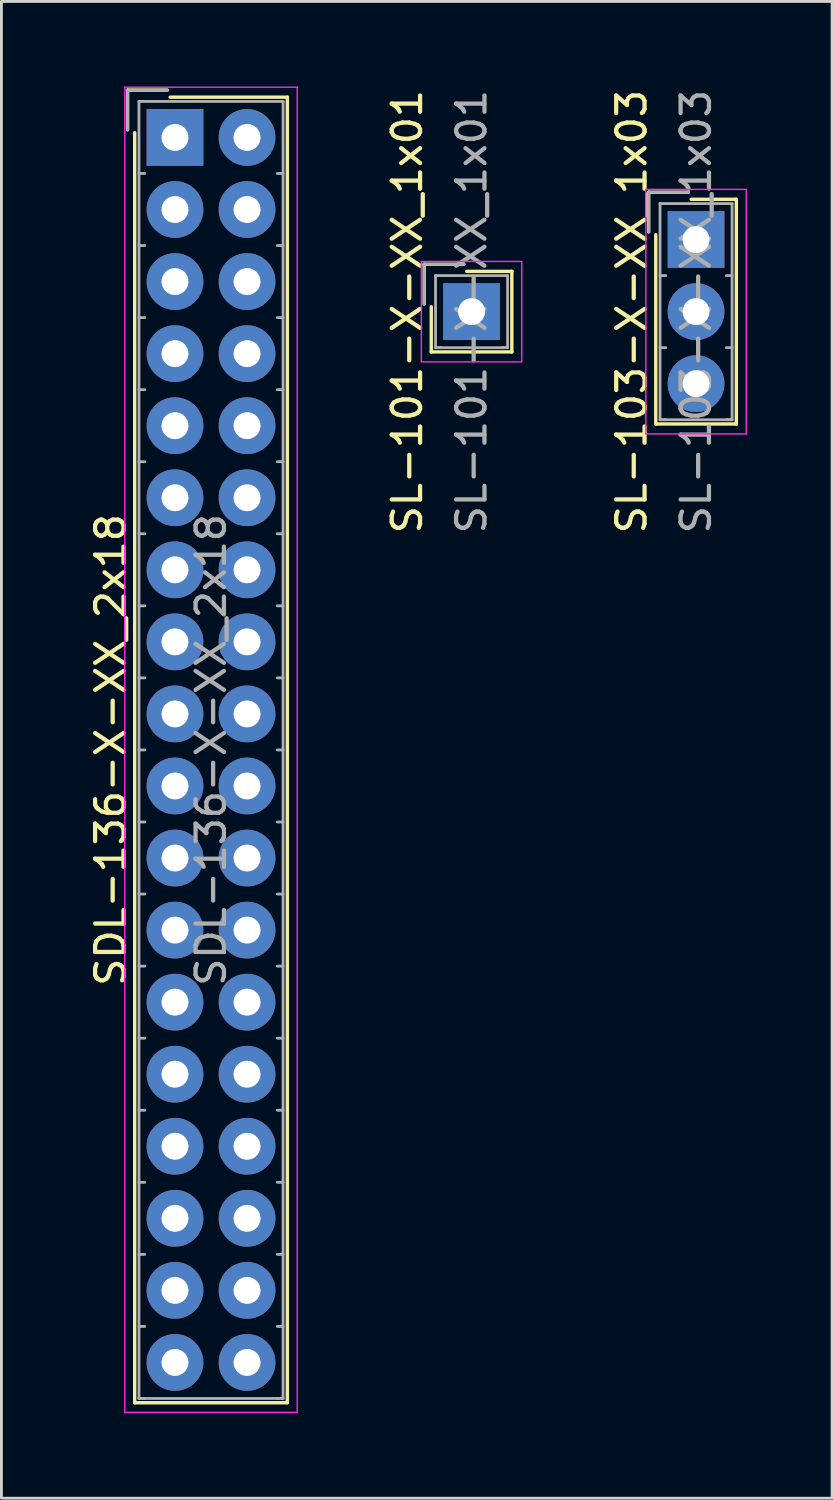
<source format=kicad_pcb>
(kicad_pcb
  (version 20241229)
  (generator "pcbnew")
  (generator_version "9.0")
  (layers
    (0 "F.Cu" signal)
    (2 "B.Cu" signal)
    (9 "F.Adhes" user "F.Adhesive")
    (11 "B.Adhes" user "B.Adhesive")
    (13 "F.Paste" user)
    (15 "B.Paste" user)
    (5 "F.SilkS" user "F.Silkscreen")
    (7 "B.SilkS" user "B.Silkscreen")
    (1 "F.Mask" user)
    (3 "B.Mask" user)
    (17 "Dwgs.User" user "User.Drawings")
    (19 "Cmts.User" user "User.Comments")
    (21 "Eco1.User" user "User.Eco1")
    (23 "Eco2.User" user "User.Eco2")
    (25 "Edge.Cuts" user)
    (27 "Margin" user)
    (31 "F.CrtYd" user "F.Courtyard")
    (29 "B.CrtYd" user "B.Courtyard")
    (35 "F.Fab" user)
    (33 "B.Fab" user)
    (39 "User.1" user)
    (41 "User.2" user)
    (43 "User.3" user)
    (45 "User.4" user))
  (footprint "SDL-136-X-XX_2x18"
    (layer "F.Cu")
    (at 3.118 1.795)
    (property "Reference" "SDL-136-X-XX_2x18" (at -2.27 21.59 90) (layer "F.SilkS") (effects (font (size 1 1) (thickness 0.15))))
    (attr through_hole)
    (fp_line (start -1.67 -1.67) (end -1.67 -0.27) (stroke (width 0.12) (type solid)) (layer "F.SilkS"))
    (fp_line (start -1.42 44.6) (end -1.42 -0.17) (stroke (width 0.12) (type solid)) (layer "F.SilkS"))
    (fp_line (start -0.27 -1.67) (end -1.67 -1.67) (stroke (width 0.12) (type solid)) (layer "F.SilkS"))
    (fp_line (start -0.17 -1.42) (end 3.96 -1.42) (stroke (width 0.12) (type solid)) (layer "F.SilkS"))
    (fp_line (start 3.96 -1.42) (end 3.96 44.6) (stroke (width 0.12) (type solid)) (layer "F.SilkS"))
    (fp_line (start 3.96 44.6) (end -1.42 44.6) (stroke (width 0.12) (type solid)) (layer "F.SilkS"))
    (fp_line (start -1.77 -1.77) (end -1.77 44.94) (stroke (width 0.05) (type solid)) (layer "F.CrtYd"))
    (fp_line (start -1.77 44.94) (end 4.31 44.94) (stroke (width 0.05) (type solid)) (layer "F.CrtYd"))
    (fp_line (start 4.31 -1.77) (end -1.77 -1.77) (stroke (width 0.05) (type solid)) (layer "F.CrtYd"))
    (fp_line (start 4.31 44.94) (end 4.31 -1.77) (stroke (width 0.05) (type solid)) (layer "F.CrtYd"))
    (fp_line (start -1.67 -1.67) (end -1.67 -0.27) (stroke (width 0.1) (type solid)) (layer "F.Fab"))
    (fp_line (start -1.27 -1.27) (end -1.27 44.45) (stroke (width 0.1) (type solid)) (layer "F.Fab"))
    (fp_line (start -1.27 1.27) (end -1.07 1.27) (stroke (width 0.1) (type solid)) (layer "F.Fab"))
    (fp_line (start -1.27 3.81) (end -1.07 3.81) (stroke (width 0.1) (type solid)) (layer "F.Fab"))
    (fp_line (start -1.27 6.35) (end -1.07 6.35) (stroke (width 0.1) (type solid)) (layer "F.Fab"))
    (fp_line (start -1.27 8.89) (end -1.07 8.89) (stroke (width 0.1) (type solid)) (layer "F.Fab"))
    (fp_line (start -1.27 11.43) (end -1.07 11.43) (stroke (width 0.1) (type solid)) (layer "F.Fab"))
    (fp_line (start -1.27 13.97) (end -1.07 13.97) (stroke (width 0.1) (type solid)) (layer "F.Fab"))
    (fp_line (start -1.27 16.51) (end -1.07 16.51) (stroke (width 0.1) (type solid)) (layer "F.Fab"))
    (fp_line (start -1.27 19.05) (end -1.07 19.05) (stroke (width 0.1) (type solid)) (layer "F.Fab"))
    (fp_line (start -1.27 21.59) (end -1.07 21.59) (stroke (width 0.1) (type solid)) (layer "F.Fab"))
    (fp_line (start -1.27 24.13) (end -1.07 24.13) (stroke (width 0.1) (type solid)) (layer "F.Fab"))
    (fp_line (start -1.27 26.67) (end -1.07 26.67) (stroke (width 0.1) (type solid)) (layer "F.Fab"))
    (fp_line (start -1.27 29.21) (end -1.07 29.21) (stroke (width 0.1) (type solid)) (layer "F.Fab"))
    (fp_line (start -1.27 31.75) (end -1.07 31.75) (stroke (width 0.1) (type solid)) (layer "F.Fab"))
    (fp_line (start -1.27 34.29) (end -1.07 34.29) (stroke (width 0.1) (type solid)) (layer "F.Fab"))
    (fp_line (start -1.27 36.83) (end -1.07 36.83) (stroke (width 0.1) (type solid)) (layer "F.Fab"))
    (fp_line (start -1.27 39.37) (end -1.07 39.37) (stroke (width 0.1) (type solid)) (layer "F.Fab"))
    (fp_line (start -1.27 41.91) (end -1.07 41.91) (stroke (width 0.1) (type solid)) (layer "F.Fab"))
    (fp_line (start -1.27 44.45) (end -1.07 44.45) (stroke (width 0.1) (type solid)) (layer "F.Fab"))
    (fp_line (start -1.27 44.45) (end 3.81 44.45) (stroke (width 0.1) (type solid)) (layer "F.Fab"))
    (fp_line (start -0.27 -1.67) (end -1.67 -1.67) (stroke (width 0.1) (type solid)) (layer "F.Fab"))
    (fp_line (start 3.81 -1.27) (end -1.27 -1.27) (stroke (width 0.1) (type solid)) (layer "F.Fab"))
    (fp_line (start 3.81 1.27) (end 3.61 1.27) (stroke (width 0.1) (type solid)) (layer "F.Fab"))
    (fp_line (start 3.81 3.81) (end 3.61 3.81) (stroke (width 0.1) (type solid)) (layer "F.Fab"))
    (fp_line (start 3.81 6.35) (end 3.61 6.35) (stroke (width 0.1) (type solid)) (layer "F.Fab"))
    (fp_line (start 3.81 8.89) (end 3.61 8.89) (stroke (width 0.1) (type solid)) (layer "F.Fab"))
    (fp_line (start 3.81 11.43) (end 3.61 11.43) (stroke (width 0.1) (type solid)) (layer "F.Fab"))
    (fp_line (start 3.81 13.97) (end 3.61 13.97) (stroke (width 0.1) (type solid)) (layer "F.Fab"))
    (fp_line (start 3.81 16.51) (end 3.61 16.51) (stroke (width 0.1) (type solid)) (layer "F.Fab"))
    (fp_line (start 3.81 19.05) (end 3.61 19.05) (stroke (width 0.1) (type solid)) (layer "F.Fab"))
    (fp_line (start 3.81 21.59) (end 3.61 21.59) (stroke (width 0.1) (type solid)) (layer "F.Fab"))
    (fp_line (start 3.81 24.13) (end 3.61 24.13) (stroke (width 0.1) (type solid)) (layer "F.Fab"))
    (fp_line (start 3.81 26.67) (end 3.61 26.67) (stroke (width 0.1) (type solid)) (layer "F.Fab"))
    (fp_line (start 3.81 29.21) (end 3.61 29.21) (stroke (width 0.1) (type solid)) (layer "F.Fab"))
    (fp_line (start 3.81 31.75) (end 3.61 31.75) (stroke (width 0.1) (type solid)) (layer "F.Fab"))
    (fp_line (start 3.81 34.29) (end 3.61 34.29) (stroke (width 0.1) (type solid)) (layer "F.Fab"))
    (fp_line (start 3.81 36.83) (end 3.61 36.83) (stroke (width 0.1) (type solid)) (layer "F.Fab"))
    (fp_line (start 3.81 39.37) (end 3.61 39.37) (stroke (width 0.1) (type solid)) (layer "F.Fab"))
    (fp_line (start 3.81 41.91) (end 3.61 41.91) (stroke (width 0.1) (type solid)) (layer "F.Fab"))
    (fp_line (start 3.81 44.45) (end 3.61 44.45) (stroke (width 0.1) (type solid)) (layer "F.Fab"))
    (fp_line (start 3.81 44.45) (end 3.81 -1.27) (stroke (width 0.1) (type solid)) (layer "F.Fab"))
    (fp_text user "${REFERENCE}" (at 1.27 21.59 90) (layer "F.Fab") (effects (font (size 1 1) (thickness 0.15))))
    (pad "1" thru_hole rect (at 0 0) (size 2 2) (drill 0.95) (layers "*.Cu" "*.Mask"))
    (pad "2" thru_hole circle (at 2.54 0) (size 2 2) (drill 0.95) (layers "*.Cu" "*.Mask"))
    (pad "3" thru_hole circle (at 0 2.54) (size 2 2) (drill 0.95) (layers "*.Cu" "*.Mask"))
    (pad "4" thru_hole circle (at 2.54 2.54) (size 2 2) (drill 0.95) (layers "*.Cu" "*.Mask"))
    (pad "5" thru_hole circle (at 0 5.08) (size 2 2) (drill 0.95) (layers "*.Cu" "*.Mask"))
    (pad "6" thru_hole circle (at 2.54 5.08) (size 2 2) (drill 0.95) (layers "*.Cu" "*.Mask"))
    (pad "7" thru_hole circle (at 0 7.62) (size 2 2) (drill 0.95) (layers "*.Cu" "*.Mask"))
    (pad "8" thru_hole circle (at 2.54 7.62) (size 2 2) (drill 0.95) (layers "*.Cu" "*.Mask"))
    (pad "9" thru_hole circle (at 0 10.16) (size 2 2) (drill 0.95) (layers "*.Cu" "*.Mask"))
    (pad "10" thru_hole circle (at 2.54 10.16) (size 2 2) (drill 0.95) (layers "*.Cu" "*.Mask"))
    (pad "11" thru_hole circle (at 0 12.7) (size 2 2) (drill 0.95) (layers "*.Cu" "*.Mask"))
    (pad "12" thru_hole circle (at 2.54 12.7) (size 2 2) (drill 0.95) (layers "*.Cu" "*.Mask"))
    (pad "13" thru_hole circle (at 0 15.24) (size 2 2) (drill 0.95) (layers "*.Cu" "*.Mask"))
    (pad "14" thru_hole circle (at 2.54 15.24) (size 2 2) (drill 0.95) (layers "*.Cu" "*.Mask"))
    (pad "15" thru_hole circle (at 0 17.78) (size 2 2) (drill 0.95) (layers "*.Cu" "*.Mask"))
    (pad "16" thru_hole circle (at 2.54 17.78) (size 2 2) (drill 0.95) (layers "*.Cu" "*.Mask"))
    (pad "17" thru_hole circle (at 0 20.32) (size 2 2) (drill 0.95) (layers "*.Cu" "*.Mask"))
    (pad "18" thru_hole circle (at 2.54 20.32) (size 2 2) (drill 0.95) (layers "*.Cu" "*.Mask"))
    (pad "19" thru_hole circle (at 0 22.86) (size 2 2) (drill 0.95) (layers "*.Cu" "*.Mask"))
    (pad "20" thru_hole circle (at 2.54 22.86) (size 2 2) (drill 0.95) (layers "*.Cu" "*.Mask"))
    (pad "21" thru_hole circle (at 0 25.4) (size 2 2) (drill 0.95) (layers "*.Cu" "*.Mask"))
    (pad "22" thru_hole circle (at 2.54 25.4) (size 2 2) (drill 0.95) (layers "*.Cu" "*.Mask"))
    (pad "23" thru_hole circle (at 0 27.94) (size 2 2) (drill 0.95) (layers "*.Cu" "*.Mask"))
    (pad "24" thru_hole circle (at 2.54 27.94) (size 2 2) (drill 0.95) (layers "*.Cu" "*.Mask"))
    (pad "25" thru_hole circle (at 0 30.48) (size 2 2) (drill 0.95) (layers "*.Cu" "*.Mask"))
    (pad "26" thru_hole circle (at 2.54 30.48) (size 2 2) (drill 0.95) (layers "*.Cu" "*.Mask"))
    (pad "27" thru_hole circle (at 0 33.02) (size 2 2) (drill 0.95) (layers "*.Cu" "*.Mask"))
    (pad "28" thru_hole circle (at 2.54 33.02) (size 2 2) (drill 0.95) (layers "*.Cu" "*.Mask"))
    (pad "29" thru_hole circle (at 0 35.56) (size 2 2) (drill 0.95) (layers "*.Cu" "*.Mask"))
    (pad "30" thru_hole circle (at 2.54 35.56) (size 2 2) (drill 0.95) (layers "*.Cu" "*.Mask"))
    (pad "31" thru_hole circle (at 0 38.1) (size 2 2) (drill 0.95) (layers "*.Cu" "*.Mask"))
    (pad "32" thru_hole circle (at 2.54 38.1) (size 2 2) (drill 0.95) (layers "*.Cu" "*.Mask"))
    (pad "33" thru_hole circle (at 0 40.64) (size 2 2) (drill 0.95) (layers "*.Cu" "*.Mask"))
    (pad "34" thru_hole circle (at 2.54 40.64) (size 2 2) (drill 0.95) (layers "*.Cu" "*.Mask"))
    (pad "35" thru_hole circle (at 0 43.18) (size 2 2) (drill 0.95) (layers "*.Cu" "*.Mask"))
    (pad "36" thru_hole circle (at 2.54 43.18) (size 2 2) (drill 0.95) (layers "*.Cu" "*.Mask")))
  (footprint "SL-103-X-XX_1x03"
    (layer "F.Cu")
    (at 21.485 5.395)
    (property "Reference" "SL-103-X-XX_1x03" (at -2.27 2.54 90) (layer "F.SilkS") (effects (font (size 1 1) (thickness 0.15))))
    (attr through_hole)
    (fp_line (start -1.67 -1.67) (end -1.67 -0.27) (stroke (width 0.12) (type solid)) (layer "F.SilkS"))
    (fp_line (start -1.42 6.5) (end -1.42 -0.17) (stroke (width 0.12) (type solid)) (layer "F.SilkS"))
    (fp_line (start -0.27 -1.67) (end -1.67 -1.67) (stroke (width 0.12) (type solid)) (layer "F.SilkS"))
    (fp_line (start -0.17 -1.42) (end 1.42 -1.42) (stroke (width 0.12) (type solid)) (layer "F.SilkS"))
    (fp_line (start 1.42 -1.42) (end 1.42 6.5) (stroke (width 0.12) (type solid)) (layer "F.SilkS"))
    (fp_line (start 1.42 6.5) (end -1.42 6.5) (stroke (width 0.12) (type solid)) (layer "F.SilkS"))
    (fp_line (start -1.77 -1.77) (end -1.77 6.85) (stroke (width 0.05) (type solid)) (layer "F.CrtYd"))
    (fp_line (start -1.77 6.85) (end 1.77 6.85) (stroke (width 0.05) (type solid)) (layer "F.CrtYd"))
    (fp_line (start 1.77 -1.77) (end -1.77 -1.77) (stroke (width 0.05) (type solid)) (layer "F.CrtYd"))
    (fp_line (start 1.77 6.85) (end 1.77 -1.77) (stroke (width 0.05) (type solid)) (layer "F.CrtYd"))
    (fp_line (start -1.67 -1.67) (end -1.67 -0.27) (stroke (width 0.1) (type solid)) (layer "F.Fab"))
    (fp_line (start -1.27 -1.27) (end -1.27 6.35) (stroke (width 0.1) (type solid)) (layer "F.Fab"))
    (fp_line (start -1.27 1.27) (end -1.07 1.27) (stroke (width 0.1) (type solid)) (layer "F.Fab"))
    (fp_line (start -1.27 3.81) (end -1.07 3.81) (stroke (width 0.1) (type solid)) (layer "F.Fab"))
    (fp_line (start -1.27 6.35) (end -1.07 6.35) (stroke (width 0.1) (type solid)) (layer "F.Fab"))
    (fp_line (start -1.27 6.35) (end 1.27 6.35) (stroke (width 0.1) (type solid)) (layer "F.Fab"))
    (fp_line (start -0.27 -1.67) (end -1.67 -1.67) (stroke (width 0.1) (type solid)) (layer "F.Fab"))
    (fp_line (start 1.27 -1.27) (end -1.27 -1.27) (stroke (width 0.1) (type solid)) (layer "F.Fab"))
    (fp_line (start 1.27 1.27) (end 1.07 1.27) (stroke (width 0.1) (type solid)) (layer "F.Fab"))
    (fp_line (start 1.27 3.81) (end 1.07 3.81) (stroke (width 0.1) (type solid)) (layer "F.Fab"))
    (fp_line (start 1.27 6.35) (end 1.07 6.35) (stroke (width 0.1) (type solid)) (layer "F.Fab"))
    (fp_line (start 1.27 6.35) (end 1.27 -1.27) (stroke (width 0.1) (type solid)) (layer "F.Fab"))
    (fp_text user "${REFERENCE}" (at 0 2.54 90) (layer "F.Fab") (effects (font (size 1 1) (thickness 0.15))))
    (pad "1" thru_hole rect (at 0 0) (size 2 2) (drill 0.95) (layers "*.Cu" "*.Mask"))
    (pad "2" thru_hole circle (at 0 2.54) (size 2 2) (drill 0.95) (layers "*.Cu" "*.Mask"))
    (pad "3" thru_hole circle (at 0 5.08) (size 2 2) (drill 0.95) (layers "*.Cu" "*.Mask")))
  (footprint "SL-101-X-XX_1x01"
    (layer "F.Cu")
    (at 13.572 7.935)
    (property "Reference" "SL-101-X-XX_1x01" (at -2.27 0 90) (layer "F.SilkS") (effects (font (size 1 1) (thickness 0.15))))
    (attr through_hole)
    (fp_line (start -1.67 -1.67) (end -1.67 -0.27) (stroke (width 0.12) (type solid)) (layer "F.SilkS"))
    (fp_line (start -1.42 1.42) (end -1.42 -0.17) (stroke (width 0.12) (type solid)) (layer "F.SilkS"))
    (fp_line (start -0.27 -1.67) (end -1.67 -1.67) (stroke (width 0.12) (type solid)) (layer "F.SilkS"))
    (fp_line (start -0.17 -1.42) (end 1.42 -1.42) (stroke (width 0.12) (type solid)) (layer "F.SilkS"))
    (fp_line (start 1.42 -1.42) (end 1.42 1.42) (stroke (width 0.12) (type solid)) (layer "F.SilkS"))
    (fp_line (start 1.42 1.42) (end -1.42 1.42) (stroke (width 0.12) (type solid)) (layer "F.SilkS"))
    (fp_line (start -1.77 -1.77) (end -1.77 1.77) (stroke (width 0.05) (type solid)) (layer "F.CrtYd"))
    (fp_line (start -1.77 1.77) (end 1.77 1.77) (stroke (width 0.05) (type solid)) (layer "F.CrtYd"))
    (fp_line (start 1.77 -1.77) (end -1.77 -1.77) (stroke (width 0.05) (type solid)) (layer "F.CrtYd"))
    (fp_line (start 1.77 1.77) (end 1.77 -1.77) (stroke (width 0.05) (type solid)) (layer "F.CrtYd"))
    (fp_line (start -1.67 -1.67) (end -1.67 -0.27) (stroke (width 0.1) (type solid)) (layer "F.Fab"))
    (fp_line (start -1.27 -1.27) (end -1.27 1.27) (stroke (width 0.1) (type solid)) (layer "F.Fab"))
    (fp_line (start -1.27 1.27) (end -1.07 1.27) (stroke (width 0.1) (type solid)) (layer "F.Fab"))
    (fp_line (start -1.27 1.27) (end 1.27 1.27) (stroke (width 0.1) (type solid)) (layer "F.Fab"))
    (fp_line (start -0.27 -1.67) (end -1.67 -1.67) (stroke (width 0.1) (type solid)) (layer "F.Fab"))
    (fp_line (start 1.27 -1.27) (end -1.27 -1.27) (stroke (width 0.1) (type solid)) (layer "F.Fab"))
    (fp_line (start 1.27 1.27) (end 1.07 1.27) (stroke (width 0.1) (type solid)) (layer "F.Fab"))
    (fp_line (start 1.27 1.27) (end 1.27 -1.27) (stroke (width 0.1) (type solid)) (layer "F.Fab"))
    (fp_text user "${REFERENCE}" (at 0 0 90) (layer "F.Fab") (effects (font (size 1 1) (thickness 0.15))))
    (pad "1" thru_hole rect (at 0 0) (size 2 2) (drill 0.95) (layers "*.Cu" "*.Mask")))
  (gr_rect
    (start -3 -3)
    (end 26.28 49.76)
    (stroke (width 0.1) (type default))
    (fill no)
    (layer "Edge.Cuts")))
</source>
